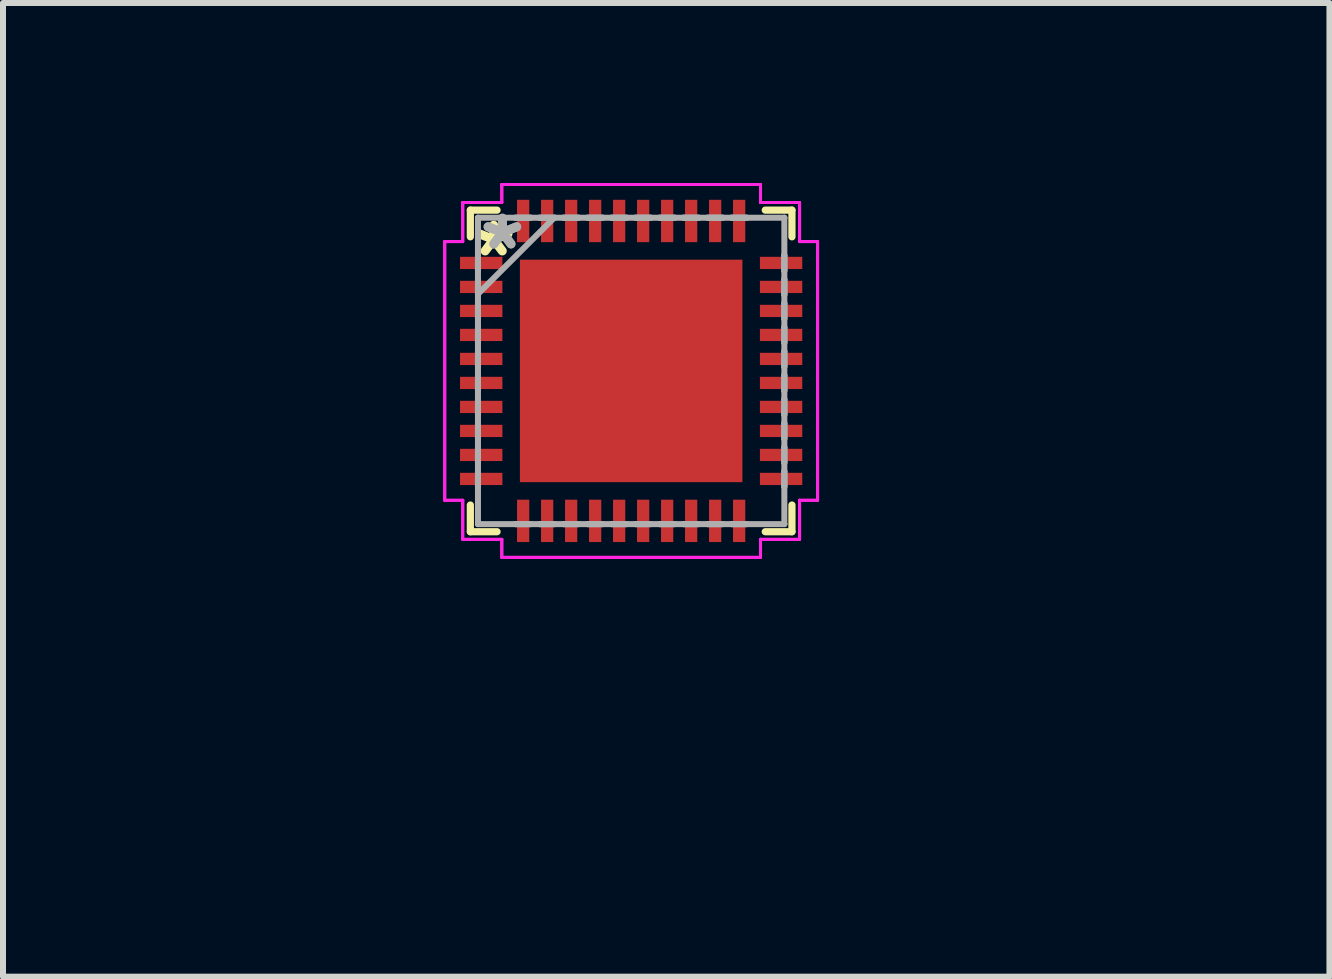
<source format=kicad_pcb>
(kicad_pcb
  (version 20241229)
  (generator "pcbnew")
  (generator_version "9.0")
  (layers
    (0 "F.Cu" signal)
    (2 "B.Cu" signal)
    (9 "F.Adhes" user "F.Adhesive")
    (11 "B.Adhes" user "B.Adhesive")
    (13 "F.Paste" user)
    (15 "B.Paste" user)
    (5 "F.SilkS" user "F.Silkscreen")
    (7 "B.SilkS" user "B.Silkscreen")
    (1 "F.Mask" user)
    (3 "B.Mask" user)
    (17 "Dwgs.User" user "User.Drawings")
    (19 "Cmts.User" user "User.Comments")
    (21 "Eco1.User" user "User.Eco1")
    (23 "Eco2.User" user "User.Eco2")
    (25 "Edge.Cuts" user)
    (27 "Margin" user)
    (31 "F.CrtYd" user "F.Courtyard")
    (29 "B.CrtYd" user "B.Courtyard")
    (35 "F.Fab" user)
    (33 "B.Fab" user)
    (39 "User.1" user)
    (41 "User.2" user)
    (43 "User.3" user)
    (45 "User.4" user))
  (footprint "NRF52833-QDAA-R7"
    (layer "F.Cu")
    (at 7.469 3.132)
    (property "Reference" "NRF52833-QDAA-R7" (at 0.584 6.248 0) (layer "User.1") (effects (font (size 1 1) (thickness 0.15))))
    (attr smd)
    (fp_line (start -2.68 -2.68) (end -2.68 -2.235) (stroke (width 0.12) (type solid)) (layer "F.SilkS"))
    (fp_line (start -2.68 2.235) (end -2.68 2.68) (stroke (width 0.12) (type solid)) (layer "F.SilkS"))
    (fp_line (start -2.68 2.68) (end -2.235 2.68) (stroke (width 0.12) (type solid)) (layer "F.SilkS"))
    (fp_line (start -2.235 -2.68) (end -2.68 -2.68) (stroke (width 0.12) (type solid)) (layer "F.SilkS"))
    (fp_line (start 2.235 2.68) (end 2.68 2.68) (stroke (width 0.12) (type solid)) (layer "F.SilkS"))
    (fp_line (start 2.68 -2.68) (end 2.235 -2.68) (stroke (width 0.12) (type solid)) (layer "F.SilkS"))
    (fp_line (start 2.68 -2.235) (end 2.68 -2.68) (stroke (width 0.12) (type solid)) (layer "F.SilkS"))
    (fp_line (start 2.68 2.68) (end 2.68 2.235) (stroke (width 0.12) (type solid)) (layer "F.SilkS"))
    (fp_rect (start -1.8 -1.8) (end -0.8 -0.8) (stroke (width 0.1) (type solid)) (fill yes) (layer "F.Paste"))
    (fp_rect (start -1.8 -0.5) (end -0.8 0.5) (stroke (width 0.1) (type solid)) (fill yes) (layer "F.Paste"))
    (fp_rect (start -1.8 0.8) (end -0.8 1.8) (stroke (width 0.1) (type solid)) (fill yes) (layer "F.Paste"))
    (fp_rect (start -0.5 -1.8) (end 0.5 -0.8) (stroke (width 0.1) (type solid)) (fill yes) (layer "F.Paste"))
    (fp_rect (start -0.5 -0.5) (end 0.5 0.5) (stroke (width 0.1) (type solid)) (fill yes) (layer "F.Paste"))
    (fp_rect (start -0.5 0.8) (end 0.5 1.8) (stroke (width 0.1) (type solid)) (fill yes) (layer "F.Paste"))
    (fp_rect (start 0.8 -1.8) (end 1.8 -0.8) (stroke (width 0.1) (type solid)) (fill yes) (layer "F.Paste"))
    (fp_rect (start 0.8 -0.5) (end 1.8 0.5) (stroke (width 0.1) (type solid)) (fill yes) (layer "F.Paste"))
    (fp_rect (start 0.8 0.8) (end 1.8 1.8) (stroke (width 0.1) (type solid)) (fill yes) (layer "F.Paste"))
    (fp_line (start -3.107 -2.156) (end -2.807 -2.156) (stroke (width 0.05) (type solid)) (layer "F.CrtYd"))
    (fp_line (start -3.107 -2.156) (end -2.807 -2.156) (stroke (width 0.05) (type solid)) (layer "F.CrtYd"))
    (fp_line (start -3.107 2.156) (end -3.107 -2.156) (stroke (width 0.05) (type solid)) (layer "F.CrtYd"))
    (fp_line (start -3.107 2.156) (end -3.107 -2.156) (stroke (width 0.05) (type solid)) (layer "F.CrtYd"))
    (fp_line (start -2.807 -2.807) (end -2.156 -2.807) (stroke (width 0.05) (type solid)) (layer "F.CrtYd"))
    (fp_line (start -2.807 -2.807) (end -2.156 -2.807) (stroke (width 0.05) (type solid)) (layer "F.CrtYd"))
    (fp_line (start -2.807 -2.156) (end -2.807 -2.807) (stroke (width 0.05) (type solid)) (layer "F.CrtYd"))
    (fp_line (start -2.807 -2.156) (end -2.807 -2.807) (stroke (width 0.05) (type solid)) (layer "F.CrtYd"))
    (fp_line (start -2.807 2.156) (end -3.107 2.156) (stroke (width 0.05) (type solid)) (layer "F.CrtYd"))
    (fp_line (start -2.807 2.156) (end -3.107 2.156) (stroke (width 0.05) (type solid)) (layer "F.CrtYd"))
    (fp_line (start -2.807 2.807) (end -2.807 2.156) (stroke (width 0.05) (type solid)) (layer "F.CrtYd"))
    (fp_line (start -2.807 2.807) (end -2.807 2.156) (stroke (width 0.05) (type solid)) (layer "F.CrtYd"))
    (fp_line (start -2.156 -3.107) (end 2.156 -3.107) (stroke (width 0.05) (type solid)) (layer "F.CrtYd"))
    (fp_line (start -2.156 -3.107) (end 2.156 -3.107) (stroke (width 0.05) (type solid)) (layer "F.CrtYd"))
    (fp_line (start -2.156 -2.807) (end -2.156 -3.107) (stroke (width 0.05) (type solid)) (layer "F.CrtYd"))
    (fp_line (start -2.156 -2.807) (end -2.156 -3.107) (stroke (width 0.05) (type solid)) (layer "F.CrtYd"))
    (fp_line (start -2.156 2.807) (end -2.807 2.807) (stroke (width 0.05) (type solid)) (layer "F.CrtYd"))
    (fp_line (start -2.156 2.807) (end -2.807 2.807) (stroke (width 0.05) (type solid)) (layer "F.CrtYd"))
    (fp_line (start -2.156 3.107) (end -2.156 2.807) (stroke (width 0.05) (type solid)) (layer "F.CrtYd"))
    (fp_line (start -2.156 3.107) (end -2.156 2.807) (stroke (width 0.05) (type solid)) (layer "F.CrtYd"))
    (fp_line (start 2.156 -3.107) (end 2.156 -2.807) (stroke (width 0.05) (type solid)) (layer "F.CrtYd"))
    (fp_line (start 2.156 -3.107) (end 2.156 -2.807) (stroke (width 0.05) (type solid)) (layer "F.CrtYd"))
    (fp_line (start 2.156 -2.807) (end 2.807 -2.807) (stroke (width 0.05) (type solid)) (layer "F.CrtYd"))
    (fp_line (start 2.156 -2.807) (end 2.807 -2.807) (stroke (width 0.05) (type solid)) (layer "F.CrtYd"))
    (fp_line (start 2.156 2.807) (end 2.156 3.107) (stroke (width 0.05) (type solid)) (layer "F.CrtYd"))
    (fp_line (start 2.156 2.807) (end 2.156 3.107) (stroke (width 0.05) (type solid)) (layer "F.CrtYd"))
    (fp_line (start 2.156 3.107) (end -2.156 3.107) (stroke (width 0.05) (type solid)) (layer "F.CrtYd"))
    (fp_line (start 2.156 3.107) (end -2.156 3.107) (stroke (width 0.05) (type solid)) (layer "F.CrtYd"))
    (fp_line (start 2.807 -2.807) (end 2.807 -2.156) (stroke (width 0.05) (type solid)) (layer "F.CrtYd"))
    (fp_line (start 2.807 -2.807) (end 2.807 -2.156) (stroke (width 0.05) (type solid)) (layer "F.CrtYd"))
    (fp_line (start 2.807 -2.156) (end 3.107 -2.156) (stroke (width 0.05) (type solid)) (layer "F.CrtYd"))
    (fp_line (start 2.807 -2.156) (end 3.107 -2.156) (stroke (width 0.05) (type solid)) (layer "F.CrtYd"))
    (fp_line (start 2.807 2.156) (end 2.807 2.807) (stroke (width 0.05) (type solid)) (layer "F.CrtYd"))
    (fp_line (start 2.807 2.156) (end 2.807 2.807) (stroke (width 0.05) (type solid)) (layer "F.CrtYd"))
    (fp_line (start 2.807 2.807) (end 2.156 2.807) (stroke (width 0.05) (type solid)) (layer "F.CrtYd"))
    (fp_line (start 2.807 2.807) (end 2.156 2.807) (stroke (width 0.05) (type solid)) (layer "F.CrtYd"))
    (fp_line (start 3.107 -2.156) (end 3.107 2.156) (stroke (width 0.05) (type solid)) (layer "F.CrtYd"))
    (fp_line (start 3.107 -2.156) (end 3.107 2.156) (stroke (width 0.05) (type solid)) (layer "F.CrtYd"))
    (fp_line (start 3.107 2.156) (end 2.807 2.156) (stroke (width 0.05) (type solid)) (layer "F.CrtYd"))
    (fp_line (start 3.107 2.156) (end 2.807 2.156) (stroke (width 0.05) (type solid)) (layer "F.CrtYd"))
    (fp_line (start -2.553 -2.553) (end -2.553 -2.553) (stroke (width 0.1) (type solid)) (layer "F.Fab"))
    (fp_line (start -2.553 -2.553) (end -2.553 2.553) (stroke (width 0.1) (type solid)) (layer "F.Fab"))
    (fp_line (start -2.553 -1.927) (end -2.553 -1.927) (stroke (width 0.1) (type solid)) (layer "F.Fab"))
    (fp_line (start -2.553 -1.927) (end -2.553 -1.673) (stroke (width 0.1) (type solid)) (layer "F.Fab"))
    (fp_line (start -2.553 -1.673) (end -2.553 -1.927) (stroke (width 0.1) (type solid)) (layer "F.Fab"))
    (fp_line (start -2.553 -1.673) (end -2.553 -1.673) (stroke (width 0.1) (type solid)) (layer "F.Fab"))
    (fp_line (start -2.553 -1.527) (end -2.553 -1.527) (stroke (width 0.1) (type solid)) (layer "F.Fab"))
    (fp_line (start -2.553 -1.527) (end -2.553 -1.273) (stroke (width 0.1) (type solid)) (layer "F.Fab"))
    (fp_line (start -2.553 -1.283) (end -1.283 -2.553) (stroke (width 0.1) (type solid)) (layer "F.Fab"))
    (fp_line (start -2.553 -1.273) (end -2.553 -1.527) (stroke (width 0.1) (type solid)) (layer "F.Fab"))
    (fp_line (start -2.553 -1.273) (end -2.553 -1.273) (stroke (width 0.1) (type solid)) (layer "F.Fab"))
    (fp_line (start -2.553 -1.127) (end -2.553 -1.127) (stroke (width 0.1) (type solid)) (layer "F.Fab"))
    (fp_line (start -2.553 -1.127) (end -2.553 -0.873) (stroke (width 0.1) (type solid)) (layer "F.Fab"))
    (fp_line (start -2.553 -0.873) (end -2.553 -1.127) (stroke (width 0.1) (type solid)) (layer "F.Fab"))
    (fp_line (start -2.553 -0.873) (end -2.553 -0.873) (stroke (width 0.1) (type solid)) (layer "F.Fab"))
    (fp_line (start -2.553 -0.727) (end -2.553 -0.727) (stroke (width 0.1) (type solid)) (layer "F.Fab"))
    (fp_line (start -2.553 -0.727) (end -2.553 -0.473) (stroke (width 0.1) (type solid)) (layer "F.Fab"))
    (fp_line (start -2.553 -0.473) (end -2.553 -0.727) (stroke (width 0.1) (type solid)) (layer "F.Fab"))
    (fp_line (start -2.553 -0.473) (end -2.553 -0.473) (stroke (width 0.1) (type solid)) (layer "F.Fab"))
    (fp_line (start -2.553 -0.327) (end -2.553 -0.327) (stroke (width 0.1) (type solid)) (layer "F.Fab"))
    (fp_line (start -2.553 -0.327) (end -2.553 -0.073) (stroke (width 0.1) (type solid)) (layer "F.Fab"))
    (fp_line (start -2.553 -0.073) (end -2.553 -0.327) (stroke (width 0.1) (type solid)) (layer "F.Fab"))
    (fp_line (start -2.553 -0.073) (end -2.553 -0.073) (stroke (width 0.1) (type solid)) (layer "F.Fab"))
    (fp_line (start -2.553 0.073) (end -2.553 0.073) (stroke (width 0.1) (type solid)) (layer "F.Fab"))
    (fp_line (start -2.553 0.073) (end -2.553 0.327) (stroke (width 0.1) (type solid)) (layer "F.Fab"))
    (fp_line (start -2.553 0.327) (end -2.553 0.073) (stroke (width 0.1) (type solid)) (layer "F.Fab"))
    (fp_line (start -2.553 0.327) (end -2.553 0.327) (stroke (width 0.1) (type solid)) (layer "F.Fab"))
    (fp_line (start -2.553 0.473) (end -2.553 0.473) (stroke (width 0.1) (type solid)) (layer "F.Fab"))
    (fp_line (start -2.553 0.473) (end -2.553 0.727) (stroke (width 0.1) (type solid)) (layer "F.Fab"))
    (fp_line (start -2.553 0.727) (end -2.553 0.473) (stroke (width 0.1) (type solid)) (layer "F.Fab"))
    (fp_line (start -2.553 0.727) (end -2.553 0.727) (stroke (width 0.1) (type solid)) (layer "F.Fab"))
    (fp_line (start -2.553 0.873) (end -2.553 0.873) (stroke (width 0.1) (type solid)) (layer "F.Fab"))
    (fp_line (start -2.553 0.873) (end -2.553 1.127) (stroke (width 0.1) (type solid)) (layer "F.Fab"))
    (fp_line (start -2.553 1.127) (end -2.553 0.873) (stroke (width 0.1) (type solid)) (layer "F.Fab"))
    (fp_line (start -2.553 1.127) (end -2.553 1.127) (stroke (width 0.1) (type solid)) (layer "F.Fab"))
    (fp_line (start -2.553 1.273) (end -2.553 1.273) (stroke (width 0.1) (type solid)) (layer "F.Fab"))
    (fp_line (start -2.553 1.273) (end -2.553 1.527) (stroke (width 0.1) (type solid)) (layer "F.Fab"))
    (fp_line (start -2.553 1.527) (end -2.553 1.273) (stroke (width 0.1) (type solid)) (layer "F.Fab"))
    (fp_line (start -2.553 1.527) (end -2.553 1.527) (stroke (width 0.1) (type solid)) (layer "F.Fab"))
    (fp_line (start -2.553 1.673) (end -2.553 1.673) (stroke (width 0.1) (type solid)) (layer "F.Fab"))
    (fp_line (start -2.553 1.673) (end -2.553 1.927) (stroke (width 0.1) (type solid)) (layer "F.Fab"))
    (fp_line (start -2.553 1.927) (end -2.553 1.673) (stroke (width 0.1) (type solid)) (layer "F.Fab"))
    (fp_line (start -2.553 1.927) (end -2.553 1.927) (stroke (width 0.1) (type solid)) (layer "F.Fab"))
    (fp_line (start -2.553 2.553) (end -2.553 2.553) (stroke (width 0.1) (type solid)) (layer "F.Fab"))
    (fp_line (start -2.553 2.553) (end 2.553 2.553) (stroke (width 0.1) (type solid)) (layer "F.Fab"))
    (fp_line (start -1.927 -2.553) (end -1.927 -2.553) (stroke (width 0.1) (type solid)) (layer "F.Fab"))
    (fp_line (start -1.927 -2.553) (end -1.673 -2.553) (stroke (width 0.1) (type solid)) (layer "F.Fab"))
    (fp_line (start -1.927 2.553) (end -1.927 2.553) (stroke (width 0.1) (type solid)) (layer "F.Fab"))
    (fp_line (start -1.927 2.553) (end -1.673 2.553) (stroke (width 0.1) (type solid)) (layer "F.Fab"))
    (fp_line (start -1.673 -2.553) (end -1.927 -2.553) (stroke (width 0.1) (type solid)) (layer "F.Fab"))
    (fp_line (start -1.673 -2.553) (end -1.673 -2.553) (stroke (width 0.1) (type solid)) (layer "F.Fab"))
    (fp_line (start -1.673 2.553) (end -1.927 2.553) (stroke (width 0.1) (type solid)) (layer "F.Fab"))
    (fp_line (start -1.673 2.553) (end -1.673 2.553) (stroke (width 0.1) (type solid)) (layer "F.Fab"))
    (fp_line (start -1.527 -2.553) (end -1.527 -2.553) (stroke (width 0.1) (type solid)) (layer "F.Fab"))
    (fp_line (start -1.527 -2.553) (end -1.273 -2.553) (stroke (width 0.1) (type solid)) (layer "F.Fab"))
    (fp_line (start -1.527 2.553) (end -1.527 2.553) (stroke (width 0.1) (type solid)) (layer "F.Fab"))
    (fp_line (start -1.527 2.553) (end -1.273 2.553) (stroke (width 0.1) (type solid)) (layer "F.Fab"))
    (fp_line (start -1.273 -2.553) (end -1.527 -2.553) (stroke (width 0.1) (type solid)) (layer "F.Fab"))
    (fp_line (start -1.273 -2.553) (end -1.273 -2.553) (stroke (width 0.1) (type solid)) (layer "F.Fab"))
    (fp_line (start -1.273 2.553) (end -1.527 2.553) (stroke (width 0.1) (type solid)) (layer "F.Fab"))
    (fp_line (start -1.273 2.553) (end -1.273 2.553) (stroke (width 0.1) (type solid)) (layer "F.Fab"))
    (fp_line (start -1.127 -2.553) (end -1.127 -2.553) (stroke (width 0.1) (type solid)) (layer "F.Fab"))
    (fp_line (start -1.127 -2.553) (end -0.873 -2.553) (stroke (width 0.1) (type solid)) (layer "F.Fab"))
    (fp_line (start -1.127 2.553) (end -1.127 2.553) (stroke (width 0.1) (type solid)) (layer "F.Fab"))
    (fp_line (start -1.127 2.553) (end -0.873 2.553) (stroke (width 0.1) (type solid)) (layer "F.Fab"))
    (fp_line (start -0.873 -2.553) (end -1.127 -2.553) (stroke (width 0.1) (type solid)) (layer "F.Fab"))
    (fp_line (start -0.873 -2.553) (end -0.873 -2.553) (stroke (width 0.1) (type solid)) (layer "F.Fab"))
    (fp_line (start -0.873 2.553) (end -1.127 2.553) (stroke (width 0.1) (type solid)) (layer "F.Fab"))
    (fp_line (start -0.873 2.553) (end -0.873 2.553) (stroke (width 0.1) (type solid)) (layer "F.Fab"))
    (fp_line (start -0.727 -2.553) (end -0.727 -2.553) (stroke (width 0.1) (type solid)) (layer "F.Fab"))
    (fp_line (start -0.727 -2.553) (end -0.473 -2.553) (stroke (width 0.1) (type solid)) (layer "F.Fab"))
    (fp_line (start -0.727 2.553) (end -0.727 2.553) (stroke (width 0.1) (type solid)) (layer "F.Fab"))
    (fp_line (start -0.727 2.553) (end -0.473 2.553) (stroke (width 0.1) (type solid)) (layer "F.Fab"))
    (fp_line (start -0.473 -2.553) (end -0.727 -2.553) (stroke (width 0.1) (type solid)) (layer "F.Fab"))
    (fp_line (start -0.473 -2.553) (end -0.473 -2.553) (stroke (width 0.1) (type solid)) (layer "F.Fab"))
    (fp_line (start -0.473 2.553) (end -0.727 2.553) (stroke (width 0.1) (type solid)) (layer "F.Fab"))
    (fp_line (start -0.473 2.553) (end -0.473 2.553) (stroke (width 0.1) (type solid)) (layer "F.Fab"))
    (fp_line (start -0.327 -2.553) (end -0.327 -2.553) (stroke (width 0.1) (type solid)) (layer "F.Fab"))
    (fp_line (start -0.327 -2.553) (end -0.073 -2.553) (stroke (width 0.1) (type solid)) (layer "F.Fab"))
    (fp_line (start -0.327 2.553) (end -0.327 2.553) (stroke (width 0.1) (type solid)) (layer "F.Fab"))
    (fp_line (start -0.327 2.553) (end -0.073 2.553) (stroke (width 0.1) (type solid)) (layer "F.Fab"))
    (fp_line (start -0.073 -2.553) (end -0.327 -2.553) (stroke (width 0.1) (type solid)) (layer "F.Fab"))
    (fp_line (start -0.073 -2.553) (end -0.073 -2.553) (stroke (width 0.1) (type solid)) (layer "F.Fab"))
    (fp_line (start -0.073 2.553) (end -0.327 2.553) (stroke (width 0.1) (type solid)) (layer "F.Fab"))
    (fp_line (start -0.073 2.553) (end -0.073 2.553) (stroke (width 0.1) (type solid)) (layer "F.Fab"))
    (fp_line (start 0.073 -2.553) (end 0.073 -2.553) (stroke (width 0.1) (type solid)) (layer "F.Fab"))
    (fp_line (start 0.073 -2.553) (end 0.327 -2.553) (stroke (width 0.1) (type solid)) (layer "F.Fab"))
    (fp_line (start 0.073 2.553) (end 0.073 2.553) (stroke (width 0.1) (type solid)) (layer "F.Fab"))
    (fp_line (start 0.073 2.553) (end 0.327 2.553) (stroke (width 0.1) (type solid)) (layer "F.Fab"))
    (fp_line (start 0.327 -2.553) (end 0.073 -2.553) (stroke (width 0.1) (type solid)) (layer "F.Fab"))
    (fp_line (start 0.327 -2.553) (end 0.327 -2.553) (stroke (width 0.1) (type solid)) (layer "F.Fab"))
    (fp_line (start 0.327 2.553) (end 0.073 2.553) (stroke (width 0.1) (type solid)) (layer "F.Fab"))
    (fp_line (start 0.327 2.553) (end 0.327 2.553) (stroke (width 0.1) (type solid)) (layer "F.Fab"))
    (fp_line (start 0.473 -2.553) (end 0.473 -2.553) (stroke (width 0.1) (type solid)) (layer "F.Fab"))
    (fp_line (start 0.473 -2.553) (end 0.727 -2.553) (stroke (width 0.1) (type solid)) (layer "F.Fab"))
    (fp_line (start 0.473 2.553) (end 0.473 2.553) (stroke (width 0.1) (type solid)) (layer "F.Fab"))
    (fp_line (start 0.473 2.553) (end 0.727 2.553) (stroke (width 0.1) (type solid)) (layer "F.Fab"))
    (fp_line (start 0.727 -2.553) (end 0.473 -2.553) (stroke (width 0.1) (type solid)) (layer "F.Fab"))
    (fp_line (start 0.727 -2.553) (end 0.727 -2.553) (stroke (width 0.1) (type solid)) (layer "F.Fab"))
    (fp_line (start 0.727 2.553) (end 0.473 2.553) (stroke (width 0.1) (type solid)) (layer "F.Fab"))
    (fp_line (start 0.727 2.553) (end 0.727 2.553) (stroke (width 0.1) (type solid)) (layer "F.Fab"))
    (fp_line (start 0.873 -2.553) (end 0.873 -2.553) (stroke (width 0.1) (type solid)) (layer "F.Fab"))
    (fp_line (start 0.873 -2.553) (end 1.127 -2.553) (stroke (width 0.1) (type solid)) (layer "F.Fab"))
    (fp_line (start 0.873 2.553) (end 0.873 2.553) (stroke (width 0.1) (type solid)) (layer "F.Fab"))
    (fp_line (start 0.873 2.553) (end 1.127 2.553) (stroke (width 0.1) (type solid)) (layer "F.Fab"))
    (fp_line (start 1.127 -2.553) (end 0.873 -2.553) (stroke (width 0.1) (type solid)) (layer "F.Fab"))
    (fp_line (start 1.127 -2.553) (end 1.127 -2.553) (stroke (width 0.1) (type solid)) (layer "F.Fab"))
    (fp_line (start 1.127 2.553) (end 0.873 2.553) (stroke (width 0.1) (type solid)) (layer "F.Fab"))
    (fp_line (start 1.127 2.553) (end 1.127 2.553) (stroke (width 0.1) (type solid)) (layer "F.Fab"))
    (fp_line (start 1.273 -2.553) (end 1.273 -2.553) (stroke (width 0.1) (type solid)) (layer "F.Fab"))
    (fp_line (start 1.273 -2.553) (end 1.527 -2.553) (stroke (width 0.1) (type solid)) (layer "F.Fab"))
    (fp_line (start 1.273 2.553) (end 1.273 2.553) (stroke (width 0.1) (type solid)) (layer "F.Fab"))
    (fp_line (start 1.273 2.553) (end 1.527 2.553) (stroke (width 0.1) (type solid)) (layer "F.Fab"))
    (fp_line (start 1.527 -2.553) (end 1.273 -2.553) (stroke (width 0.1) (type solid)) (layer "F.Fab"))
    (fp_line (start 1.527 -2.553) (end 1.527 -2.553) (stroke (width 0.1) (type solid)) (layer "F.Fab"))
    (fp_line (start 1.527 2.553) (end 1.273 2.553) (stroke (width 0.1) (type solid)) (layer "F.Fab"))
    (fp_line (start 1.527 2.553) (end 1.527 2.553) (stroke (width 0.1) (type solid)) (layer "F.Fab"))
    (fp_line (start 1.673 -2.553) (end 1.673 -2.553) (stroke (width 0.1) (type solid)) (layer "F.Fab"))
    (fp_line (start 1.673 -2.553) (end 1.927 -2.553) (stroke (width 0.1) (type solid)) (layer "F.Fab"))
    (fp_line (start 1.673 2.553) (end 1.673 2.553) (stroke (width 0.1) (type solid)) (layer "F.Fab"))
    (fp_line (start 1.673 2.553) (end 1.927 2.553) (stroke (width 0.1) (type solid)) (layer "F.Fab"))
    (fp_line (start 1.927 -2.553) (end 1.673 -2.553) (stroke (width 0.1) (type solid)) (layer "F.Fab"))
    (fp_line (start 1.927 -2.553) (end 1.927 -2.553) (stroke (width 0.1) (type solid)) (layer "F.Fab"))
    (fp_line (start 1.927 2.553) (end 1.673 2.553) (stroke (width 0.1) (type solid)) (layer "F.Fab"))
    (fp_line (start 1.927 2.553) (end 1.927 2.553) (stroke (width 0.1) (type solid)) (layer "F.Fab"))
    (fp_line (start 2.553 -2.553) (end -2.553 -2.553) (stroke (width 0.1) (type solid)) (layer "F.Fab"))
    (fp_line (start 2.553 -2.553) (end 2.553 -2.553) (stroke (width 0.1) (type solid)) (layer "F.Fab"))
    (fp_line (start 2.553 -1.927) (end 2.553 -1.927) (stroke (width 0.1) (type solid)) (layer "F.Fab"))
    (fp_line (start 2.553 -1.927) (end 2.553 -1.673) (stroke (width 0.1) (type solid)) (layer "F.Fab"))
    (fp_line (start 2.553 -1.673) (end 2.553 -1.927) (stroke (width 0.1) (type solid)) (layer "F.Fab"))
    (fp_line (start 2.553 -1.673) (end 2.553 -1.673) (stroke (width 0.1) (type solid)) (layer "F.Fab"))
    (fp_line (start 2.553 -1.527) (end 2.553 -1.527) (stroke (width 0.1) (type solid)) (layer "F.Fab"))
    (fp_line (start 2.553 -1.527) (end 2.553 -1.273) (stroke (width 0.1) (type solid)) (layer "F.Fab"))
    (fp_line (start 2.553 -1.273) (end 2.553 -1.527) (stroke (width 0.1) (type solid)) (layer "F.Fab"))
    (fp_line (start 2.553 -1.273) (end 2.553 -1.273) (stroke (width 0.1) (type solid)) (layer "F.Fab"))
    (fp_line (start 2.553 -1.127) (end 2.553 -1.127) (stroke (width 0.1) (type solid)) (layer "F.Fab"))
    (fp_line (start 2.553 -1.127) (end 2.553 -0.873) (stroke (width 0.1) (type solid)) (layer "F.Fab"))
    (fp_line (start 2.553 -0.873) (end 2.553 -1.127) (stroke (width 0.1) (type solid)) (layer "F.Fab"))
    (fp_line (start 2.553 -0.873) (end 2.553 -0.873) (stroke (width 0.1) (type solid)) (layer "F.Fab"))
    (fp_line (start 2.553 -0.727) (end 2.553 -0.727) (stroke (width 0.1) (type solid)) (layer "F.Fab"))
    (fp_line (start 2.553 -0.727) (end 2.553 -0.473) (stroke (width 0.1) (type solid)) (layer "F.Fab"))
    (fp_line (start 2.553 -0.473) (end 2.553 -0.727) (stroke (width 0.1) (type solid)) (layer "F.Fab"))
    (fp_line (start 2.553 -0.473) (end 2.553 -0.473) (stroke (width 0.1) (type solid)) (layer "F.Fab"))
    (fp_line (start 2.553 -0.327) (end 2.553 -0.327) (stroke (width 0.1) (type solid)) (layer "F.Fab"))
    (fp_line (start 2.553 -0.327) (end 2.553 -0.073) (stroke (width 0.1) (type solid)) (layer "F.Fab"))
    (fp_line (start 2.553 -0.073) (end 2.553 -0.327) (stroke (width 0.1) (type solid)) (layer "F.Fab"))
    (fp_line (start 2.553 -0.073) (end 2.553 -0.073) (stroke (width 0.1) (type solid)) (layer "F.Fab"))
    (fp_line (start 2.553 0.073) (end 2.553 0.073) (stroke (width 0.1) (type solid)) (layer "F.Fab"))
    (fp_line (start 2.553 0.073) (end 2.553 0.327) (stroke (width 0.1) (type solid)) (layer "F.Fab"))
    (fp_line (start 2.553 0.327) (end 2.553 0.073) (stroke (width 0.1) (type solid)) (layer "F.Fab"))
    (fp_line (start 2.553 0.327) (end 2.553 0.327) (stroke (width 0.1) (type solid)) (layer "F.Fab"))
    (fp_line (start 2.553 0.473) (end 2.553 0.473) (stroke (width 0.1) (type solid)) (layer "F.Fab"))
    (fp_line (start 2.553 0.473) (end 2.553 0.727) (stroke (width 0.1) (type solid)) (layer "F.Fab"))
    (fp_line (start 2.553 0.727) (end 2.553 0.473) (stroke (width 0.1) (type solid)) (layer "F.Fab"))
    (fp_line (start 2.553 0.727) (end 2.553 0.727) (stroke (width 0.1) (type solid)) (layer "F.Fab"))
    (fp_line (start 2.553 0.873) (end 2.553 0.873) (stroke (width 0.1) (type solid)) (layer "F.Fab"))
    (fp_line (start 2.553 0.873) (end 2.553 1.127) (stroke (width 0.1) (type solid)) (layer "F.Fab"))
    (fp_line (start 2.553 1.127) (end 2.553 0.873) (stroke (width 0.1) (type solid)) (layer "F.Fab"))
    (fp_line (start 2.553 1.127) (end 2.553 1.127) (stroke (width 0.1) (type solid)) (layer "F.Fab"))
    (fp_line (start 2.553 1.273) (end 2.553 1.273) (stroke (width 0.1) (type solid)) (layer "F.Fab"))
    (fp_line (start 2.553 1.273) (end 2.553 1.527) (stroke (width 0.1) (type solid)) (layer "F.Fab"))
    (fp_line (start 2.553 1.527) (end 2.553 1.273) (stroke (width 0.1) (type solid)) (layer "F.Fab"))
    (fp_line (start 2.553 1.527) (end 2.553 1.527) (stroke (width 0.1) (type solid)) (layer "F.Fab"))
    (fp_line (start 2.553 1.673) (end 2.553 1.673) (stroke (width 0.1) (type solid)) (layer "F.Fab"))
    (fp_line (start 2.553 1.673) (end 2.553 1.927) (stroke (width 0.1) (type solid)) (layer "F.Fab"))
    (fp_line (start 2.553 1.927) (end 2.553 1.673) (stroke (width 0.1) (type solid)) (layer "F.Fab"))
    (fp_line (start 2.553 1.927) (end 2.553 1.927) (stroke (width 0.1) (type solid)) (layer "F.Fab"))
    (fp_line (start 2.553 2.553) (end 2.553 -2.553) (stroke (width 0.1) (type solid)) (layer "F.Fab"))
    (fp_line (start 2.553 2.553) (end 2.553 2.553) (stroke (width 0.1) (type solid)) (layer "F.Fab"))
    (fp_text user "*" (at -2.291 -1.883 0) (layer "F.SilkS") (effects (font (size 1 1) (thickness 0.15))))
    (fp_text user "*" (at -2.146 -2 0) (layer "F.Fab") (effects (font (size 1 1) (thickness 0.15))))
    (fp_text user "*" (at -2.146 -2 0) (layer "F.Fab") (effects (font (size 1 1) (thickness 0.15))))
    (pad "1" smd rect (at -2.499 -1.8 90) (size 0.204 0.706) (layers "F.Cu" "F.Mask" "F.Paste"))
    (pad "2" smd rect (at -2.499 -1.4 90) (size 0.204 0.706) (layers "F.Cu" "F.Mask" "F.Paste"))
    (pad "3" smd rect (at -2.499 -1 90) (size 0.204 0.706) (layers "F.Cu" "F.Mask" "F.Paste"))
    (pad "4" smd rect (at -2.499 -0.6 90) (size 0.204 0.706) (layers "F.Cu" "F.Mask" "F.Paste"))
    (pad "5" smd rect (at -2.499 -0.2 90) (size 0.204 0.706) (layers "F.Cu" "F.Mask" "F.Paste"))
    (pad "6" smd rect (at -2.499 0.2 90) (size 0.204 0.706) (layers "F.Cu" "F.Mask" "F.Paste"))
    (pad "7" smd rect (at -2.499 0.6 90) (size 0.204 0.706) (layers "F.Cu" "F.Mask" "F.Paste"))
    (pad "8" smd rect (at -2.499 1 90) (size 0.204 0.706) (layers "F.Cu" "F.Mask" "F.Paste"))
    (pad "9" smd rect (at -2.499 1.4 90) (size 0.204 0.706) (layers "F.Cu" "F.Mask" "F.Paste"))
    (pad "10" smd rect (at -2.499 1.8 90) (size 0.204 0.706) (layers "F.Cu" "F.Mask" "F.Paste"))
    (pad "11" smd rect (at -1.8 2.499) (size 0.204 0.706) (layers "F.Cu" "F.Mask" "F.Paste"))
    (pad "12" smd rect (at -1.4 2.499) (size 0.204 0.706) (layers "F.Cu" "F.Mask" "F.Paste"))
    (pad "13" smd rect (at -1 2.499) (size 0.204 0.706) (layers "F.Cu" "F.Mask" "F.Paste"))
    (pad "14" smd rect (at -0.6 2.499) (size 0.204 0.706) (layers "F.Cu" "F.Mask" "F.Paste"))
    (pad "15" smd rect (at -0.2 2.499) (size 0.204 0.706) (layers "F.Cu" "F.Mask" "F.Paste"))
    (pad "16" smd rect (at 0.2 2.499) (size 0.204 0.706) (layers "F.Cu" "F.Mask" "F.Paste"))
    (pad "17" smd rect (at 0.6 2.499) (size 0.204 0.706) (layers "F.Cu" "F.Mask" "F.Paste"))
    (pad "18" smd rect (at 1 2.499) (size 0.204 0.706) (layers "F.Cu" "F.Mask" "F.Paste"))
    (pad "19" smd rect (at 1.4 2.499) (size 0.204 0.706) (layers "F.Cu" "F.Mask" "F.Paste"))
    (pad "20" smd rect (at 1.8 2.499) (size 0.204 0.706) (layers "F.Cu" "F.Mask" "F.Paste"))
    (pad "21" smd rect (at 2.499 1.8 90) (size 0.204 0.706) (layers "F.Cu" "F.Mask" "F.Paste"))
    (pad "22" smd rect (at 2.499 1.4 90) (size 0.204 0.706) (layers "F.Cu" "F.Mask" "F.Paste"))
    (pad "23" smd rect (at 2.499 1 90) (size 0.204 0.706) (layers "F.Cu" "F.Mask" "F.Paste"))
    (pad "24" smd rect (at 2.499 0.6 90) (size 0.204 0.706) (layers "F.Cu" "F.Mask" "F.Paste"))
    (pad "25" smd rect (at 2.499 0.2 90) (size 0.204 0.706) (layers "F.Cu" "F.Mask" "F.Paste"))
    (pad "26" smd rect (at 2.499 -0.2 90) (size 0.204 0.706) (layers "F.Cu" "F.Mask" "F.Paste"))
    (pad "27" smd rect (at 2.499 -0.6 90) (size 0.204 0.706) (layers "F.Cu" "F.Mask" "F.Paste"))
    (pad "28" smd rect (at 2.499 -1 90) (size 0.204 0.706) (layers "F.Cu" "F.Mask" "F.Paste"))
    (pad "29" smd rect (at 2.499 -1.4 90) (size 0.204 0.706) (layers "F.Cu" "F.Mask" "F.Paste"))
    (pad "30" smd rect (at 2.499 -1.8 90) (size 0.204 0.706) (layers "F.Cu" "F.Mask" "F.Paste"))
    (pad "31" smd rect (at 1.8 -2.499) (size 0.204 0.706) (layers "F.Cu" "F.Mask" "F.Paste"))
    (pad "32" smd rect (at 1.4 -2.499) (size 0.204 0.706) (layers "F.Cu" "F.Mask" "F.Paste"))
    (pad "33" smd rect (at 1 -2.499) (size 0.204 0.706) (layers "F.Cu" "F.Mask" "F.Paste"))
    (pad "34" smd rect (at 0.6 -2.499) (size 0.204 0.706) (layers "F.Cu" "F.Mask" "F.Paste"))
    (pad "35" smd rect (at 0.2 -2.499) (size 0.204 0.706) (layers "F.Cu" "F.Mask" "F.Paste"))
    (pad "36" smd rect (at -0.2 -2.499) (size 0.204 0.706) (layers "F.Cu" "F.Mask" "F.Paste"))
    (pad "37" smd rect (at -0.6 -2.499) (size 0.204 0.706) (layers "F.Cu" "F.Mask" "F.Paste"))
    (pad "38" smd rect (at -1 -2.499) (size 0.204 0.706) (layers "F.Cu" "F.Mask" "F.Paste"))
    (pad "39" smd rect (at -1.4 -2.499) (size 0.204 0.706) (layers "F.Cu" "F.Mask" "F.Paste"))
    (pad "40" smd rect (at -1.8 -2.499) (size 0.204 0.706) (layers "F.Cu" "F.Mask" "F.Paste"))
    (pad "41" smd rect (at 0 0) (size 3.708 3.708) (layers "F.Cu" "F.Mask")))
  (gr_rect
    (start -3 -3)
    (end 19.107 13.228)
    (stroke (width 0.1) (type default))
    (fill no)
    (layer "Edge.Cuts")))
</source>
